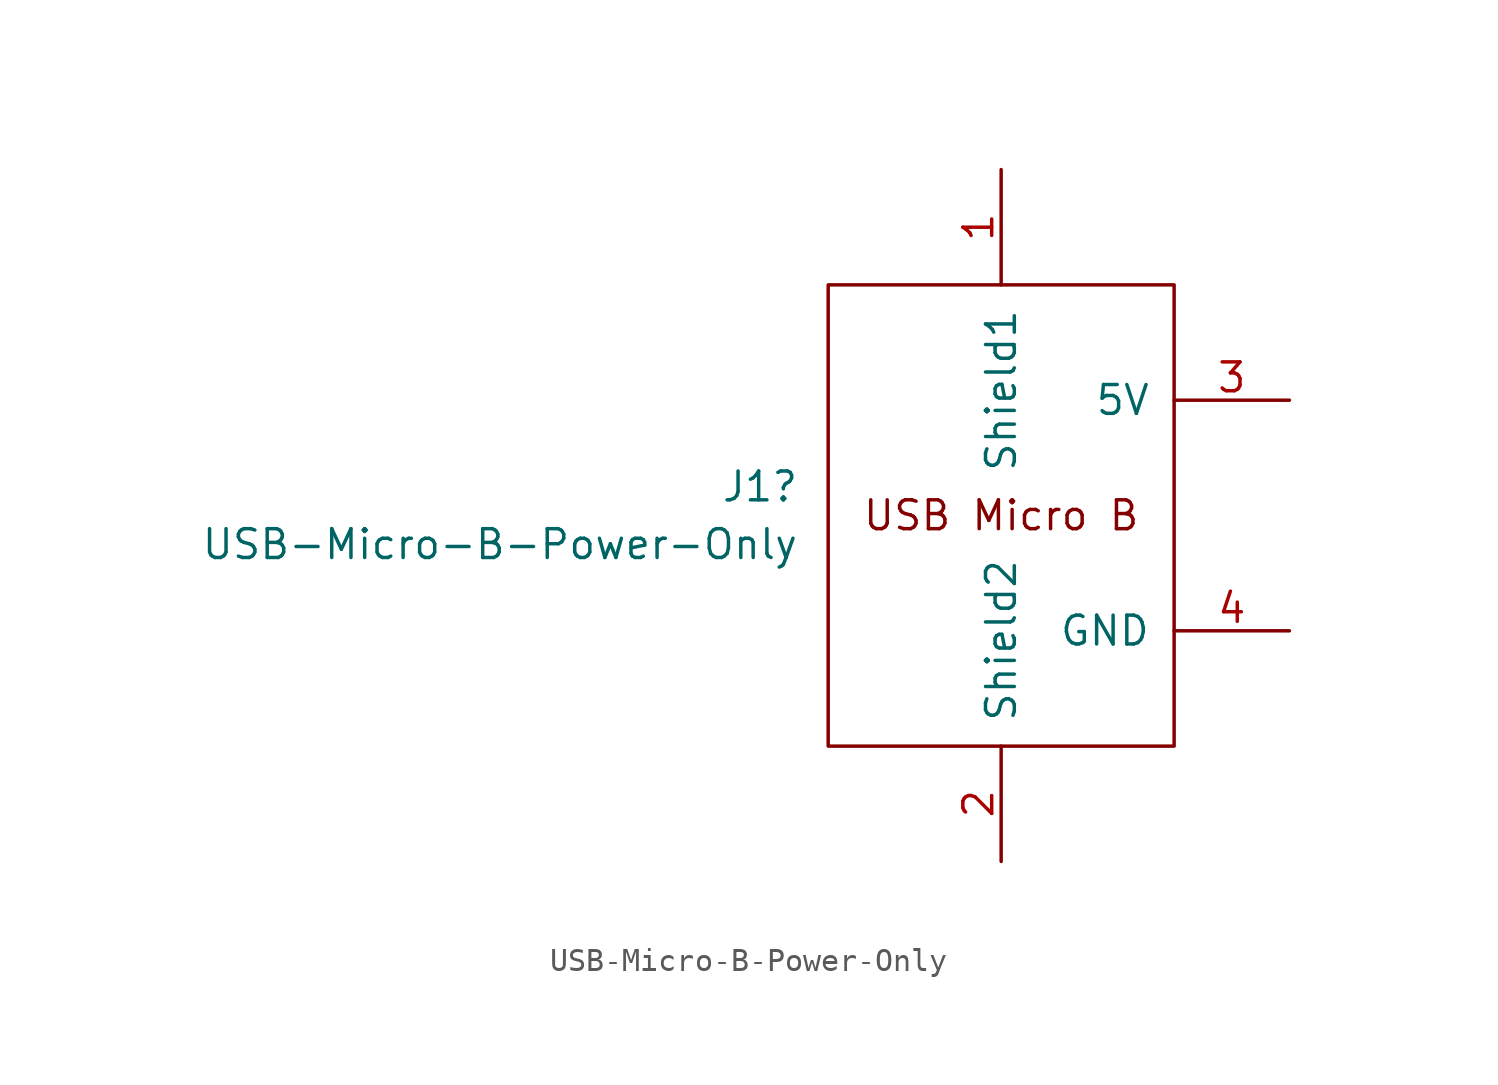
<source format=kicad_sym>
(kicad_symbol_lib
  (version 20211014)
  (generator kicad_symbol_editor)
  (symbol "USB-Micro-B-Power-Only"
    (pin_names
      (offset 1.016))
    (property "Reference" "J1"
      (at -6.35 0.0001 0)
      (effects (font (size 1.27 1.27)) (justify right)))
    (property "Value" "USB-Micro-B-Power-Only"
      (at -6.35 -2.54 0)
      (effects (font (size 1.27 1.27)) (justify right)))
    (symbol "USB-Micro-B-Power-Only_0_0"
      (text "USB Micro B" (at 2.54 -1.27 0) (effects (font (size 1.27 1.27)))))
    (symbol "USB-Micro-B-Power-Only_0_1"
      (rectangle (start -5.08 8.89) (end 10.16 -11.43) (stroke (width 0) (type default) (color 0 0 0 0)) (fill (type none))))
    (symbol "USB-Micro-B-Power-Only_1_1"
      (pin unspecified line (at 2.54 13.97 270) (length 5.08) (name "Shield1" (effects (font (size 1.27 1.27)))) (number "1" (effects (font (size 1.27 1.27)))))
      (pin unspecified line (at 2.54 -16.51 90) (length 5.08) (name "Shield2" (effects (font (size 1.27 1.27)))) (number "2" (effects (font (size 1.27 1.27)))))
      (pin unspecified line (at 15.24 3.81 180) (length 5.08) (name "5V" (effects (font (size 1.27 1.27)))) (number "3" (effects (font (size 1.27 1.27)))))
      (pin unspecified line (at 15.24 -6.35 180) (length 5.08) (name "GND" (effects (font (size 1.27 1.27)))) (number "4" (effects (font (size 1.27 1.27))))))))
</source>
